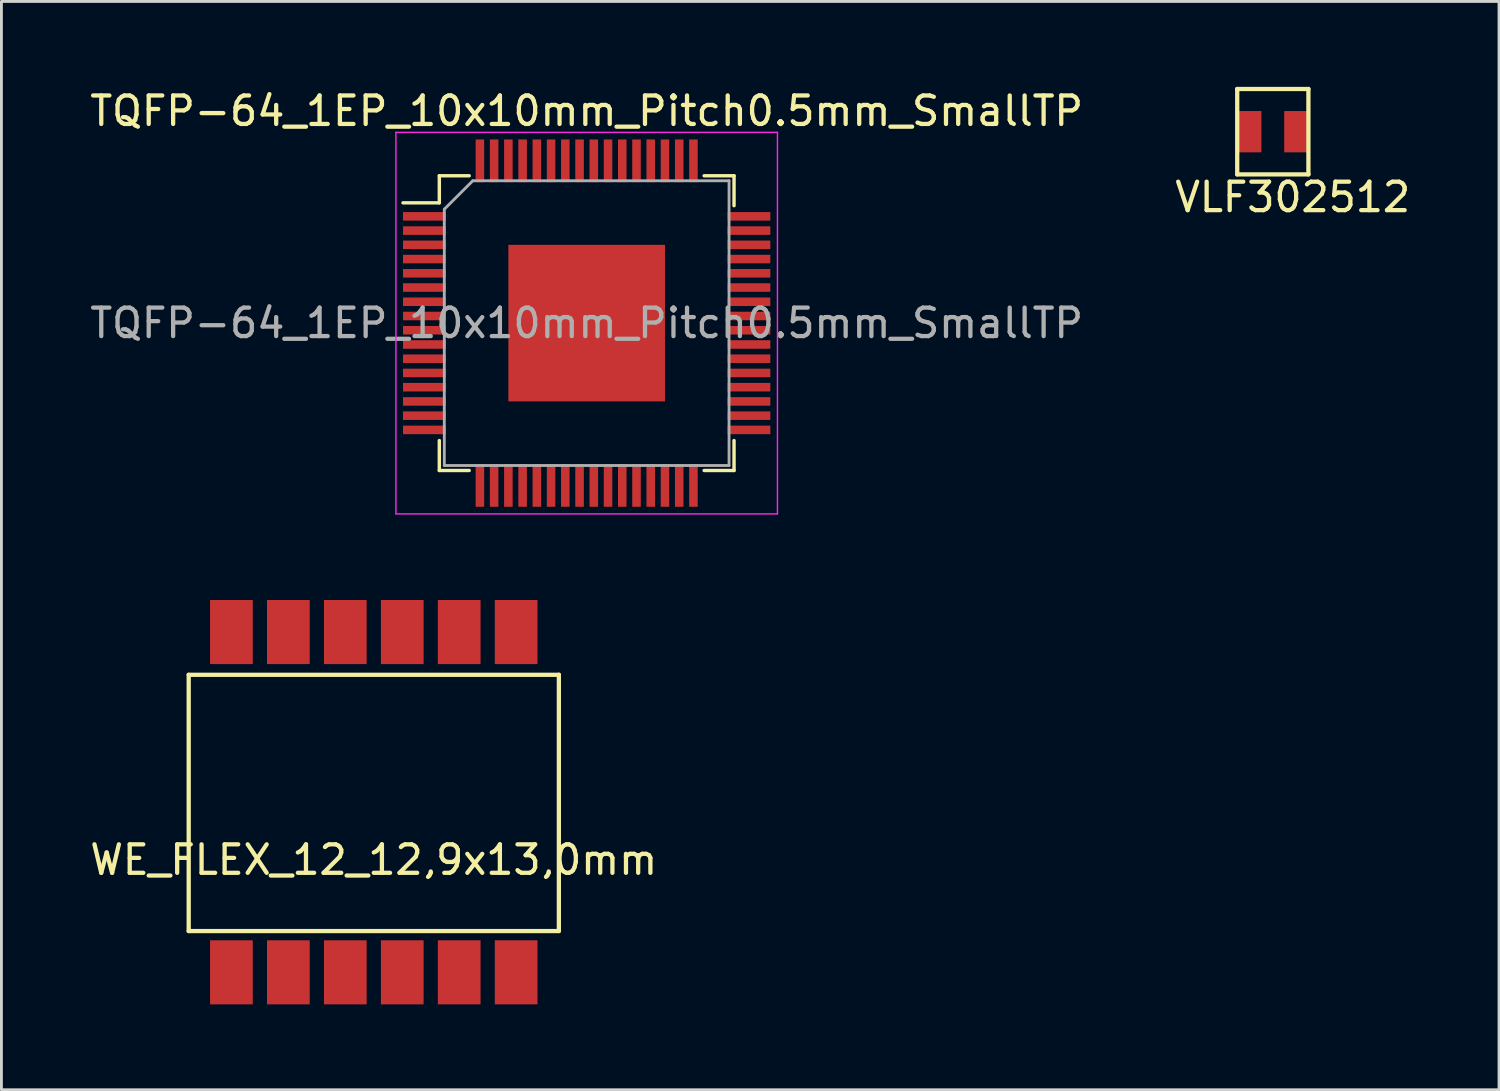
<source format=kicad_pcb>
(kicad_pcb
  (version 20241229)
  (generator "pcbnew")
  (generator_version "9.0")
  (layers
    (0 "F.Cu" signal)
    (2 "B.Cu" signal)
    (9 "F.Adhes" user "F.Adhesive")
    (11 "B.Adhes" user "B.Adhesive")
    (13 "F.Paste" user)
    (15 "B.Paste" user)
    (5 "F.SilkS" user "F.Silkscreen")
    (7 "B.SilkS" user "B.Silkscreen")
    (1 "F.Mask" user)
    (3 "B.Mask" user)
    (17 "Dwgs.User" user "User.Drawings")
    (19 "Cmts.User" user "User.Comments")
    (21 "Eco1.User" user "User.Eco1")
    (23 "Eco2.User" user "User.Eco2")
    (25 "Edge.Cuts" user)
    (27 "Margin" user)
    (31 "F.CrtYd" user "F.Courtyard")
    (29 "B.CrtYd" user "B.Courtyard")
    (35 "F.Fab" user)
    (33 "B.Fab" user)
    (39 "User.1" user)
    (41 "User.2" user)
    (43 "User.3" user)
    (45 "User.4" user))
  (footprint "VLF302512"
    (layer "F.Cu")
    (at 41.651 1.575)
    (property "Reference" "VLF302512" (at 0.7 2.3 0) (layer "F.SilkS") (effects (font (size 1 1) (thickness 0.15))))
    (attr through_hole)
    (fp_line (start -1.25 -1.5) (end -1.25 1.5) (stroke (width 0.15) (type solid)) (layer "F.SilkS"))
    (fp_line (start -1.25 1.5) (end 1.25 1.5) (stroke (width 0.15) (type solid)) (layer "F.SilkS"))
    (fp_line (start 1.25 -1.5) (end -1.25 -1.5) (stroke (width 0.15) (type solid)) (layer "F.SilkS"))
    (fp_line (start 1.25 1.5) (end 1.25 -1.5) (stroke (width 0.15) (type solid)) (layer "F.SilkS"))
    (pad "1" smd rect (at -0.85 0) (size 0.9 1.45) (layers "F.Cu" "F.Mask" "F.Paste"))
    (pad "2" smd rect (at 0.85 0) (size 0.9 1.45) (layers "F.Cu" "F.Mask" "F.Paste")))
  (footprint "TQFP-64_1EP_10x10mm_Pitch0.5mm_SmallTP"
    (layer "F.Cu")
    (at 17.554 8.298)
    (property "Reference" "TQFP-64_1EP_10x10mm_Pitch0.5mm_SmallTP" (at 0 -7.45 0) (layer "F.SilkS") (effects (font (size 1 1) (thickness 0.15))))
    (attr smd)
    (fp_line (start -5.175 -5.175) (end -5.175 -4.225) (stroke (width 0.12) (type solid)) (layer "F.SilkS"))
    (fp_line (start -5.175 -5.175) (end -4.125 -5.175) (stroke (width 0.12) (type solid)) (layer "F.SilkS"))
    (fp_line (start -5.175 -4.225) (end -6.45 -4.225) (stroke (width 0.12) (type solid)) (layer "F.SilkS"))
    (fp_line (start -5.175 5.175) (end -5.175 4.125) (stroke (width 0.12) (type solid)) (layer "F.SilkS"))
    (fp_line (start -5.175 5.175) (end -4.125 5.175) (stroke (width 0.12) (type solid)) (layer "F.SilkS"))
    (fp_line (start 5.175 -5.175) (end 4.125 -5.175) (stroke (width 0.12) (type solid)) (layer "F.SilkS"))
    (fp_line (start 5.175 -5.175) (end 5.175 -4.125) (stroke (width 0.12) (type solid)) (layer "F.SilkS"))
    (fp_line (start 5.175 5.175) (end 4.125 5.175) (stroke (width 0.12) (type solid)) (layer "F.SilkS"))
    (fp_line (start 5.175 5.175) (end 5.175 4.125) (stroke (width 0.12) (type solid)) (layer "F.SilkS"))
    (fp_line (start -6.7 -6.7) (end -6.7 6.7) (stroke (width 0.05) (type solid)) (layer "F.CrtYd"))
    (fp_line (start -6.7 -6.7) (end 6.7 -6.7) (stroke (width 0.05) (type solid)) (layer "F.CrtYd"))
    (fp_line (start -6.7 6.7) (end 6.7 6.7) (stroke (width 0.05) (type solid)) (layer "F.CrtYd"))
    (fp_line (start 6.7 -6.7) (end 6.7 6.7) (stroke (width 0.05) (type solid)) (layer "F.CrtYd"))
    (fp_line (start -5 -4) (end -4 -5) (stroke (width 0.1) (type solid)) (layer "F.Fab"))
    (fp_line (start -5 5) (end -5 -4) (stroke (width 0.1) (type solid)) (layer "F.Fab"))
    (fp_line (start -4 -5) (end 5 -5) (stroke (width 0.1) (type solid)) (layer "F.Fab"))
    (fp_line (start 5 -5) (end 5 5) (stroke (width 0.1) (type solid)) (layer "F.Fab"))
    (fp_line (start 5 5) (end -5 5) (stroke (width 0.1) (type solid)) (layer "F.Fab"))
    (fp_text user "${REFERENCE}" (at 0 0 0) (layer "F.Fab") (effects (font (size 1 1) (thickness 0.15))))
    (pad "1" smd rect (at -5.7 -3.75) (size 1.5 0.3) (layers "F.Cu" "F.Mask" "F.Paste"))
    (pad "2" smd rect (at -5.7 -3.25) (size 1.5 0.3) (layers "F.Cu" "F.Mask" "F.Paste"))
    (pad "3" smd rect (at -5.7 -2.75) (size 1.5 0.3) (layers "F.Cu" "F.Mask" "F.Paste"))
    (pad "4" smd rect (at -5.7 -2.25) (size 1.5 0.3) (layers "F.Cu" "F.Mask" "F.Paste"))
    (pad "5" smd rect (at -5.7 -1.75) (size 1.5 0.3) (layers "F.Cu" "F.Mask" "F.Paste"))
    (pad "6" smd rect (at -5.7 -1.25) (size 1.5 0.3) (layers "F.Cu" "F.Mask" "F.Paste"))
    (pad "7" smd rect (at -5.7 -0.75) (size 1.5 0.3) (layers "F.Cu" "F.Mask" "F.Paste"))
    (pad "8" smd rect (at -5.7 -0.25) (size 1.5 0.3) (layers "F.Cu" "F.Mask" "F.Paste"))
    (pad "9" smd rect (at -5.7 0.25) (size 1.5 0.3) (layers "F.Cu" "F.Mask" "F.Paste"))
    (pad "10" smd rect (at -5.7 0.75) (size 1.5 0.3) (layers "F.Cu" "F.Mask" "F.Paste"))
    (pad "11" smd rect (at -5.7 1.25) (size 1.5 0.3) (layers "F.Cu" "F.Mask" "F.Paste"))
    (pad "12" smd rect (at -5.7 1.75) (size 1.5 0.3) (layers "F.Cu" "F.Mask" "F.Paste"))
    (pad "13" smd rect (at -5.7 2.25) (size 1.5 0.3) (layers "F.Cu" "F.Mask" "F.Paste"))
    (pad "14" smd rect (at -5.7 2.75) (size 1.5 0.3) (layers "F.Cu" "F.Mask" "F.Paste"))
    (pad "15" smd rect (at -5.7 3.25) (size 1.5 0.3) (layers "F.Cu" "F.Mask" "F.Paste"))
    (pad "16" smd rect (at -5.7 3.75) (size 1.5 0.3) (layers "F.Cu" "F.Mask" "F.Paste"))
    (pad "17" smd rect (at -3.75 5.7 90) (size 1.5 0.3) (layers "F.Cu" "F.Mask" "F.Paste"))
    (pad "18" smd rect (at -3.25 5.7 90) (size 1.5 0.3) (layers "F.Cu" "F.Mask" "F.Paste"))
    (pad "19" smd rect (at -2.75 5.7 90) (size 1.5 0.3) (layers "F.Cu" "F.Mask" "F.Paste"))
    (pad "20" smd rect (at -2.25 5.7 90) (size 1.5 0.3) (layers "F.Cu" "F.Mask" "F.Paste"))
    (pad "21" smd rect (at -1.75 5.7 90) (size 1.5 0.3) (layers "F.Cu" "F.Mask" "F.Paste"))
    (pad "22" smd rect (at -1.25 5.7 90) (size 1.5 0.3) (layers "F.Cu" "F.Mask" "F.Paste"))
    (pad "23" smd rect (at -0.75 5.7 90) (size 1.5 0.3) (layers "F.Cu" "F.Mask" "F.Paste"))
    (pad "24" smd rect (at -0.25 5.7 90) (size 1.5 0.3) (layers "F.Cu" "F.Mask" "F.Paste"))
    (pad "25" smd rect (at 0.25 5.7 90) (size 1.5 0.3) (layers "F.Cu" "F.Mask" "F.Paste"))
    (pad "26" smd rect (at 0.75 5.7 90) (size 1.5 0.3) (layers "F.Cu" "F.Mask" "F.Paste"))
    (pad "27" smd rect (at 1.25 5.7 90) (size 1.5 0.3) (layers "F.Cu" "F.Mask" "F.Paste"))
    (pad "28" smd rect (at 1.75 5.7 90) (size 1.5 0.3) (layers "F.Cu" "F.Mask" "F.Paste"))
    (pad "29" smd rect (at 2.25 5.7 90) (size 1.5 0.3) (layers "F.Cu" "F.Mask" "F.Paste"))
    (pad "30" smd rect (at 2.75 5.7 90) (size 1.5 0.3) (layers "F.Cu" "F.Mask" "F.Paste"))
    (pad "31" smd rect (at 3.25 5.7 90) (size 1.5 0.3) (layers "F.Cu" "F.Mask" "F.Paste"))
    (pad "32" smd rect (at 3.75 5.7 90) (size 1.5 0.3) (layers "F.Cu" "F.Mask" "F.Paste"))
    (pad "33" smd rect (at 5.7 3.75) (size 1.5 0.3) (layers "F.Cu" "F.Mask" "F.Paste"))
    (pad "34" smd rect (at 5.7 3.25) (size 1.5 0.3) (layers "F.Cu" "F.Mask" "F.Paste"))
    (pad "35" smd rect (at 5.7 2.75) (size 1.5 0.3) (layers "F.Cu" "F.Mask" "F.Paste"))
    (pad "36" smd rect (at 5.7 2.25) (size 1.5 0.3) (layers "F.Cu" "F.Mask" "F.Paste"))
    (pad "37" smd rect (at 5.7 1.75) (size 1.5 0.3) (layers "F.Cu" "F.Mask" "F.Paste"))
    (pad "38" smd rect (at 5.7 1.25) (size 1.5 0.3) (layers "F.Cu" "F.Mask" "F.Paste"))
    (pad "39" smd rect (at 5.7 0.75) (size 1.5 0.3) (layers "F.Cu" "F.Mask" "F.Paste"))
    (pad "40" smd rect (at 5.7 0.25) (size 1.5 0.3) (layers "F.Cu" "F.Mask" "F.Paste"))
    (pad "41" smd rect (at 5.7 -0.25) (size 1.5 0.3) (layers "F.Cu" "F.Mask" "F.Paste"))
    (pad "42" smd rect (at 5.7 -0.75) (size 1.5 0.3) (layers "F.Cu" "F.Mask" "F.Paste"))
    (pad "43" smd rect (at 5.7 -1.25) (size 1.5 0.3) (layers "F.Cu" "F.Mask" "F.Paste"))
    (pad "44" smd rect (at 5.7 -1.75) (size 1.5 0.3) (layers "F.Cu" "F.Mask" "F.Paste"))
    (pad "45" smd rect (at 5.7 -2.25) (size 1.5 0.3) (layers "F.Cu" "F.Mask" "F.Paste"))
    (pad "46" smd rect (at 5.7 -2.75) (size 1.5 0.3) (layers "F.Cu" "F.Mask" "F.Paste"))
    (pad "47" smd rect (at 5.7 -3.25) (size 1.5 0.3) (layers "F.Cu" "F.Mask" "F.Paste"))
    (pad "48" smd rect (at 5.7 -3.75) (size 1.5 0.3) (layers "F.Cu" "F.Mask" "F.Paste"))
    (pad "49" smd rect (at 3.75 -5.7 90) (size 1.5 0.3) (layers "F.Cu" "F.Mask" "F.Paste"))
    (pad "50" smd rect (at 3.25 -5.7 90) (size 1.5 0.3) (layers "F.Cu" "F.Mask" "F.Paste"))
    (pad "51" smd rect (at 2.75 -5.7 90) (size 1.5 0.3) (layers "F.Cu" "F.Mask" "F.Paste"))
    (pad "52" smd rect (at 2.25 -5.7 90) (size 1.5 0.3) (layers "F.Cu" "F.Mask" "F.Paste"))
    (pad "53" smd rect (at 1.75 -5.7 90) (size 1.5 0.3) (layers "F.Cu" "F.Mask" "F.Paste"))
    (pad "54" smd rect (at 1.25 -5.7 90) (size 1.5 0.3) (layers "F.Cu" "F.Mask" "F.Paste"))
    (pad "55" smd rect (at 0.75 -5.7 90) (size 1.5 0.3) (layers "F.Cu" "F.Mask" "F.Paste"))
    (pad "56" smd rect (at 0.25 -5.7 90) (size 1.5 0.3) (layers "F.Cu" "F.Mask" "F.Paste"))
    (pad "57" smd rect (at -0.25 -5.7 90) (size 1.5 0.3) (layers "F.Cu" "F.Mask" "F.Paste"))
    (pad "58" smd rect (at -0.75 -5.7 90) (size 1.5 0.3) (layers "F.Cu" "F.Mask" "F.Paste"))
    (pad "59" smd rect (at -1.25 -5.7 90) (size 1.5 0.3) (layers "F.Cu" "F.Mask" "F.Paste"))
    (pad "60" smd rect (at -1.75 -5.7 90) (size 1.5 0.3) (layers "F.Cu" "F.Mask" "F.Paste"))
    (pad "61" smd rect (at -2.25 -5.7 90) (size 1.5 0.3) (layers "F.Cu" "F.Mask" "F.Paste"))
    (pad "62" smd rect (at -2.75 -5.7 90) (size 1.5 0.3) (layers "F.Cu" "F.Mask" "F.Paste"))
    (pad "63" smd rect (at -3.25 -5.7 90) (size 1.5 0.3) (layers "F.Cu" "F.Mask" "F.Paste"))
    (pad "64" smd rect (at -3.75 -5.7 90) (size 1.5 0.3) (layers "F.Cu" "F.Mask" "F.Paste"))
    (pad "65" smd rect (at 0 0 180) (size 5.5 5.5) (layers "F.Cu" "F.Mask" "F.Paste")))
  (footprint "WE_FLEX_12_12,9x13,0mm"
    (layer "F.Cu")
    (at 10.077 25.123)
    (property "Reference" "WE_FLEX_12_12,9x13,0mm" (at 0 2.025 0) (layer "F.SilkS") (effects (font (size 1 1) (thickness 0.15))))
    (attr through_hole)
    (fp_line (start -6.5 -4.475) (end 6.5 -4.475) (stroke (width 0.15) (type solid)) (layer "F.SilkS"))
    (fp_line (start -6.5 4.525) (end -6.5 -4.475) (stroke (width 0.15) (type solid)) (layer "F.SilkS"))
    (fp_line (start 6.5 -4.475) (end 6.5 4.525) (stroke (width 0.15) (type solid)) (layer "F.SilkS"))
    (fp_line (start 6.5 4.525) (end -6.5 4.525) (stroke (width 0.15) (type solid)) (layer "F.SilkS"))
    (pad "1" smd rect (at -5 -5.975) (size 1.5 2.25) (layers "F.Cu" "F.Mask" "F.Paste"))
    (pad "2" smd rect (at -3 -5.975) (size 1.5 2.25) (layers "F.Cu" "F.Mask" "F.Paste"))
    (pad "3" smd rect (at -1 -5.975) (size 1.5 2.25) (layers "F.Cu" "F.Mask" "F.Paste"))
    (pad "4" smd rect (at 1 -5.975) (size 1.5 2.25) (layers "F.Cu" "F.Mask" "F.Paste"))
    (pad "5" smd rect (at 3 -5.975) (size 1.5 2.25) (layers "F.Cu" "F.Mask" "F.Paste"))
    (pad "6" smd rect (at 5 -5.975) (size 1.5 2.25) (layers "F.Cu" "F.Mask" "F.Paste"))
    (pad "7" smd rect (at 5 5.975) (size 1.5 2.25) (layers "F.Cu" "F.Mask" "F.Paste"))
    (pad "8" smd rect (at 3 5.975) (size 1.5 2.25) (layers "F.Cu" "F.Mask" "F.Paste"))
    (pad "9" smd rect (at 1 5.975) (size 1.5 2.25) (layers "F.Cu" "F.Mask" "F.Paste"))
    (pad "10" smd rect (at -1 5.975) (size 1.5 2.25) (layers "F.Cu" "F.Mask" "F.Paste"))
    (pad "11" smd rect (at -3 5.975) (size 1.5 2.25) (layers "F.Cu" "F.Mask" "F.Paste"))
    (pad "12" smd rect (at -5 5.975) (size 1.5 2.25) (layers "F.Cu" "F.Mask" "F.Paste")))
  (gr_rect
    (start -3 -3)
    (end 49.595 35.223)
    (stroke (width 0.1) (type default))
    (fill no)
    (layer "Edge.Cuts")))
</source>
